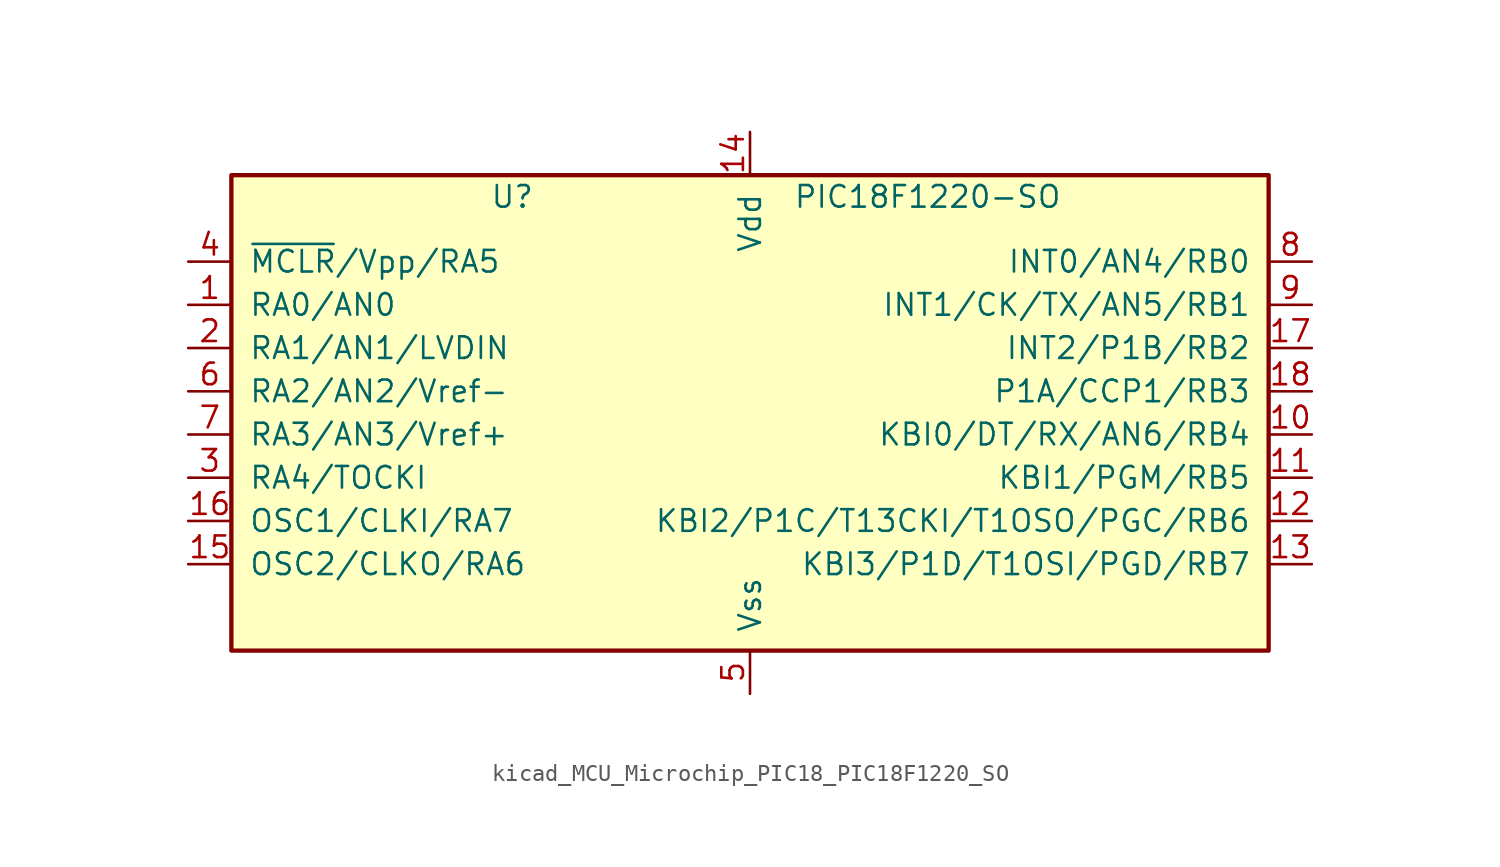
<source format=kicad_sym>
(kicad_symbol_lib
  (version 20220914)
  (generator kicad_symbol_editor)
  (symbol "kicad_MCU_Microchip_PIC18_PIC18F1220_SO"
    (pin_names
      (offset 1.016))
    (property "Reference" "U"
      (at -13.97 13.97 0)
      (effects (font (size 1.27 1.27))))
    (property "Value" "PIC18F1220-SO"
      (at 2.54 13.97 0)
      (effects (font (size 1.27 1.27)) (justify left)))
    (symbol "kicad_MCU_Microchip_PIC18_PIC18F1220_SO_0_1"
      (rectangle (start -30.48 15.24) (end 30.48 -12.7) (stroke (width 0.254) (type default)) (fill (type background))))
    (symbol "kicad_MCU_Microchip_PIC18_PIC18F1220_SO_1_1"
      (pin input line (at -33.02 7.62 0) (length 2.54) (name "RA0/AN0" (effects (font (size 1.27 1.27)))) (number "1" (effects (font (size 1.27 1.27)))))
      (pin input line (at 33.02 0 180) (length 2.54) (name "KBI0/DT/RX/AN6/RB4" (effects (font (size 1.27 1.27)))) (number "10" (effects (font (size 1.27 1.27)))))
      (pin input line (at 33.02 -2.54 180) (length 2.54) (name "KBI1/PGM/RB5" (effects (font (size 1.27 1.27)))) (number "11" (effects (font (size 1.27 1.27)))))
      (pin input line (at 33.02 -5.08 180) (length 2.54) (name "KBI2/P1C/T13CKI/T1OSO/PGC/RB6" (effects (font (size 1.27 1.27)))) (number "12" (effects (font (size 1.27 1.27)))))
      (pin input line (at 33.02 -7.62 180) (length 2.54) (name "KBI3/P1D/T1OSI/PGD/RB7" (effects (font (size 1.27 1.27)))) (number "13" (effects (font (size 1.27 1.27)))))
      (pin power_in line (at 0 17.78 270) (length 2.54) (name "Vdd" (effects (font (size 1.27 1.27)))) (number "14" (effects (font (size 1.27 1.27)))))
      (pin input line (at -33.02 -7.62 0) (length 2.54) (name "OSC2/CLKO/RA6" (effects (font (size 1.27 1.27)))) (number "15" (effects (font (size 1.27 1.27)))))
      (pin input line (at -33.02 -5.08 0) (length 2.54) (name "OSC1/CLKI/RA7" (effects (font (size 1.27 1.27)))) (number "16" (effects (font (size 1.27 1.27)))))
      (pin input line (at 33.02 5.08 180) (length 2.54) (name "INT2/P1B/RB2" (effects (font (size 1.27 1.27)))) (number "17" (effects (font (size 1.27 1.27)))))
      (pin input line (at 33.02 2.54 180) (length 2.54) (name "P1A/CCP1/RB3" (effects (font (size 1.27 1.27)))) (number "18" (effects (font (size 1.27 1.27)))))
      (pin input line (at -33.02 5.08 0) (length 2.54) (name "RA1/AN1/LVDIN" (effects (font (size 1.27 1.27)))) (number "2" (effects (font (size 1.27 1.27)))))
      (pin input line (at -33.02 -2.54 0) (length 2.54) (name "RA4/TOCKI" (effects (font (size 1.27 1.27)))) (number "3" (effects (font (size 1.27 1.27)))))
      (pin input line (at -33.02 10.16 0) (length 2.54) (name "~{MCLR}/Vpp/RA5" (effects (font (size 1.27 1.27)))) (number "4" (effects (font (size 1.27 1.27)))))
      (pin power_in line (at 0 -15.24 90) (length 2.54) (name "Vss" (effects (font (size 1.27 1.27)))) (number "5" (effects (font (size 1.27 1.27)))))
      (pin input line (at -33.02 2.54 0) (length 2.54) (name "RA2/AN2/Vref-" (effects (font (size 1.27 1.27)))) (number "6" (effects (font (size 1.27 1.27)))))
      (pin input line (at -33.02 0 0) (length 2.54) (name "RA3/AN3/Vref+" (effects (font (size 1.27 1.27)))) (number "7" (effects (font (size 1.27 1.27)))))
      (pin input line (at 33.02 10.16 180) (length 2.54) (name "INT0/AN4/RB0" (effects (font (size 1.27 1.27)))) (number "8" (effects (font (size 1.27 1.27)))))
      (pin input line (at 33.02 7.62 180) (length 2.54) (name "INT1/CK/TX/AN5/RB1" (effects (font (size 1.27 1.27)))) (number "9" (effects (font (size 1.27 1.27))))))))
</source>
